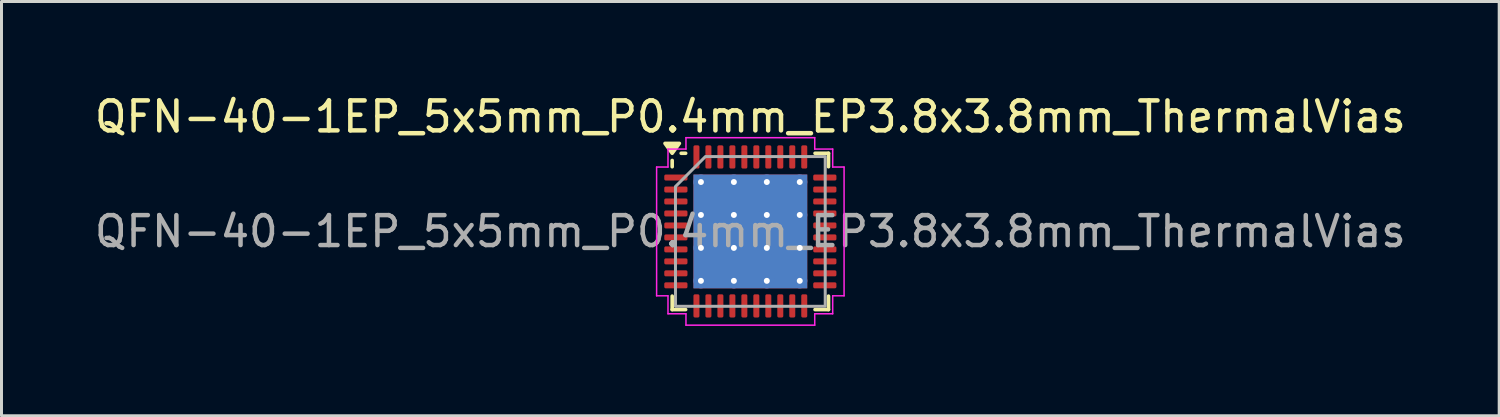
<source format=kicad_pcb>
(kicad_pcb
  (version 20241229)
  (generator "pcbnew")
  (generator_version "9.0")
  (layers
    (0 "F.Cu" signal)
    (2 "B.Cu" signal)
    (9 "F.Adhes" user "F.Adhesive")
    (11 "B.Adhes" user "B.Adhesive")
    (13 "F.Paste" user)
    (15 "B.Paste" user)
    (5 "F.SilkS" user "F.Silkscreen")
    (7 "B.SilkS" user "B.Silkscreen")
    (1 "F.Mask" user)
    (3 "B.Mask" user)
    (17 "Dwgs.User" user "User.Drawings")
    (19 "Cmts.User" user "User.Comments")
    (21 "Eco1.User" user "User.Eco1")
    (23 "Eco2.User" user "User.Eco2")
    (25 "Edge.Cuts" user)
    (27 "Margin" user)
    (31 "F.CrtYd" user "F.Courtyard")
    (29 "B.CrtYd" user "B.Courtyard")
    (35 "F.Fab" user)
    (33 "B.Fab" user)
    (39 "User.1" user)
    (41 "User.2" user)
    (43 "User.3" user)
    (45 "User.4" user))
  (footprint "QFN-40-1EP_5x5mm_P0.4mm_EP3.8x3.8mm_ThermalVias"
    (layer "F.Cu")
    (at 22.006 4.678)
    (property "Reference" "QFN-40-1EP_5x5mm_P0.4mm_EP3.8x3.8mm_ThermalVias" (at 0 -3.83 0) (layer "F.SilkS") (effects (font (size 1 1) (thickness 0.15))))
    (attr smd)
    (fp_line (start -2.61 -2.16) (end -2.61 -2.37) (stroke (width 0.12) (type solid)) (layer "F.SilkS"))
    (fp_line (start -2.61 2.61) (end -2.61 2.16) (stroke (width 0.12) (type solid)) (layer "F.SilkS"))
    (fp_line (start -2.16 -2.61) (end -2.31 -2.61) (stroke (width 0.12) (type solid)) (layer "F.SilkS"))
    (fp_line (start -2.16 2.61) (end -2.61 2.61) (stroke (width 0.12) (type solid)) (layer "F.SilkS"))
    (fp_line (start 2.16 -2.61) (end 2.61 -2.61) (stroke (width 0.12) (type solid)) (layer "F.SilkS"))
    (fp_line (start 2.16 2.61) (end 2.61 2.61) (stroke (width 0.12) (type solid)) (layer "F.SilkS"))
    (fp_line (start 2.61 -2.61) (end 2.61 -2.16) (stroke (width 0.12) (type solid)) (layer "F.SilkS"))
    (fp_line (start 2.61 2.61) (end 2.61 2.16) (stroke (width 0.12) (type solid)) (layer "F.SilkS"))
    (fp_poly (pts (xy -2.61 -2.61) (xy -2.85 -2.94) (xy -2.37 -2.94)) (stroke (width 0.12) (type solid)) (fill yes) (layer "F.SilkS"))
    (fp_line (start -3.13 -2.15) (end -2.75 -2.15) (stroke (width 0.05) (type solid)) (layer "F.CrtYd"))
    (fp_line (start -3.13 2.15) (end -3.13 -2.15) (stroke (width 0.05) (type solid)) (layer "F.CrtYd"))
    (fp_line (start -2.75 -2.75) (end -2.15 -2.75) (stroke (width 0.05) (type solid)) (layer "F.CrtYd"))
    (fp_line (start -2.75 -2.15) (end -2.75 -2.75) (stroke (width 0.05) (type solid)) (layer "F.CrtYd"))
    (fp_line (start -2.75 2.15) (end -3.13 2.15) (stroke (width 0.05) (type solid)) (layer "F.CrtYd"))
    (fp_line (start -2.75 2.75) (end -2.75 2.15) (stroke (width 0.05) (type solid)) (layer "F.CrtYd"))
    (fp_line (start -2.15 -3.13) (end 2.15 -3.13) (stroke (width 0.05) (type solid)) (layer "F.CrtYd"))
    (fp_line (start -2.15 -2.75) (end -2.15 -3.13) (stroke (width 0.05) (type solid)) (layer "F.CrtYd"))
    (fp_line (start -2.15 2.75) (end -2.75 2.75) (stroke (width 0.05) (type solid)) (layer "F.CrtYd"))
    (fp_line (start -2.15 3.13) (end -2.15 2.75) (stroke (width 0.05) (type solid)) (layer "F.CrtYd"))
    (fp_line (start 2.15 -3.13) (end 2.15 -2.75) (stroke (width 0.05) (type solid)) (layer "F.CrtYd"))
    (fp_line (start 2.15 -2.75) (end 2.75 -2.75) (stroke (width 0.05) (type solid)) (layer "F.CrtYd"))
    (fp_line (start 2.15 2.75) (end 2.15 3.13) (stroke (width 0.05) (type solid)) (layer "F.CrtYd"))
    (fp_line (start 2.15 3.13) (end -2.15 3.13) (stroke (width 0.05) (type solid)) (layer "F.CrtYd"))
    (fp_line (start 2.75 -2.75) (end 2.75 -2.15) (stroke (width 0.05) (type solid)) (layer "F.CrtYd"))
    (fp_line (start 2.75 -2.15) (end 3.13 -2.15) (stroke (width 0.05) (type solid)) (layer "F.CrtYd"))
    (fp_line (start 2.75 2.15) (end 2.75 2.75) (stroke (width 0.05) (type solid)) (layer "F.CrtYd"))
    (fp_line (start 2.75 2.75) (end 2.15 2.75) (stroke (width 0.05) (type solid)) (layer "F.CrtYd"))
    (fp_line (start 3.13 -2.15) (end 3.13 2.15) (stroke (width 0.05) (type solid)) (layer "F.CrtYd"))
    (fp_line (start 3.13 2.15) (end 2.75 2.15) (stroke (width 0.05) (type solid)) (layer "F.CrtYd"))
    (fp_poly (pts (xy -2.5 -1.5) (xy -2.5 2.5) (xy 2.5 2.5) (xy 2.5 -2.5) (xy -1.5 -2.5)) (stroke (width 0.1) (type solid)) (fill no) (layer "F.Fab"))
    (fp_text user "${REFERENCE}" (at 0 0 0) (layer "F.Fab") (effects (font (size 1 1) (thickness 0.15))))
    (pad "" smd roundrect (at -1.27 -1.27) (size 0.98 0.98) (layers "F.Paste") (roundrect_rratio 0.25))
    (pad "" smd roundrect (at -1.27 0) (size 0.98 0.98) (layers "F.Paste") (roundrect_rratio 0.25))
    (pad "" smd roundrect (at -1.27 1.27) (size 0.98 0.98) (layers "F.Paste") (roundrect_rratio 0.25))
    (pad "" smd roundrect (at 0 -1.27) (size 0.98 0.98) (layers "F.Paste") (roundrect_rratio 0.25))
    (pad "" smd roundrect (at 0 0) (size 0.98 0.98) (layers "F.Paste") (roundrect_rratio 0.25))
    (pad "" smd roundrect (at 0 1.27) (size 0.98 0.98) (layers "F.Paste") (roundrect_rratio 0.25))
    (pad "" smd roundrect (at 1.27 -1.27) (size 0.98 0.98) (layers "F.Paste") (roundrect_rratio 0.25))
    (pad "" smd roundrect (at 1.27 0) (size 0.98 0.98) (layers "F.Paste") (roundrect_rratio 0.25))
    (pad "" smd roundrect (at 1.27 1.27) (size 0.98 0.98) (layers "F.Paste") (roundrect_rratio 0.25))
    (pad "1" smd roundrect (at -2.487 -1.8) (size 0.775 0.2) (layers "F.Cu" "F.Mask" "F.Paste") (roundrect_rratio 0.25))
    (pad "2" smd roundrect (at -2.487 -1.4) (size 0.775 0.2) (layers "F.Cu" "F.Mask" "F.Paste") (roundrect_rratio 0.25))
    (pad "3" smd roundrect (at -2.487 -1) (size 0.775 0.2) (layers "F.Cu" "F.Mask" "F.Paste") (roundrect_rratio 0.25))
    (pad "4" smd roundrect (at -2.487 -0.6) (size 0.775 0.2) (layers "F.Cu" "F.Mask" "F.Paste") (roundrect_rratio 0.25))
    (pad "5" smd roundrect (at -2.487 -0.2) (size 0.775 0.2) (layers "F.Cu" "F.Mask" "F.Paste") (roundrect_rratio 0.25))
    (pad "6" smd roundrect (at -2.487 0.2) (size 0.775 0.2) (layers "F.Cu" "F.Mask" "F.Paste") (roundrect_rratio 0.25))
    (pad "7" smd roundrect (at -2.487 0.6) (size 0.775 0.2) (layers "F.Cu" "F.Mask" "F.Paste") (roundrect_rratio 0.25))
    (pad "8" smd roundrect (at -2.487 1) (size 0.775 0.2) (layers "F.Cu" "F.Mask" "F.Paste") (roundrect_rratio 0.25))
    (pad "9" smd roundrect (at -2.487 1.4) (size 0.775 0.2) (layers "F.Cu" "F.Mask" "F.Paste") (roundrect_rratio 0.25))
    (pad "10" smd roundrect (at -2.487 1.8) (size 0.775 0.2) (layers "F.Cu" "F.Mask" "F.Paste") (roundrect_rratio 0.25))
    (pad "11" smd roundrect (at -1.8 2.487) (size 0.2 0.775) (layers "F.Cu" "F.Mask" "F.Paste") (roundrect_rratio 0.25))
    (pad "12" smd roundrect (at -1.4 2.487) (size 0.2 0.775) (layers "F.Cu" "F.Mask" "F.Paste") (roundrect_rratio 0.25))
    (pad "13" smd roundrect (at -1 2.487) (size 0.2 0.775) (layers "F.Cu" "F.Mask" "F.Paste") (roundrect_rratio 0.25))
    (pad "14" smd roundrect (at -0.6 2.487) (size 0.2 0.775) (layers "F.Cu" "F.Mask" "F.Paste") (roundrect_rratio 0.25))
    (pad "15" smd roundrect (at -0.2 2.487) (size 0.2 0.775) (layers "F.Cu" "F.Mask" "F.Paste") (roundrect_rratio 0.25))
    (pad "16" smd roundrect (at 0.2 2.487) (size 0.2 0.775) (layers "F.Cu" "F.Mask" "F.Paste") (roundrect_rratio 0.25))
    (pad "17" smd roundrect (at 0.6 2.487) (size 0.2 0.775) (layers "F.Cu" "F.Mask" "F.Paste") (roundrect_rratio 0.25))
    (pad "18" smd roundrect (at 1 2.487) (size 0.2 0.775) (layers "F.Cu" "F.Mask" "F.Paste") (roundrect_rratio 0.25))
    (pad "19" smd roundrect (at 1.4 2.487) (size 0.2 0.775) (layers "F.Cu" "F.Mask" "F.Paste") (roundrect_rratio 0.25))
    (pad "20" smd roundrect (at 1.8 2.487) (size 0.2 0.775) (layers "F.Cu" "F.Mask" "F.Paste") (roundrect_rratio 0.25))
    (pad "21" smd roundrect (at 2.487 1.8) (size 0.775 0.2) (layers "F.Cu" "F.Mask" "F.Paste") (roundrect_rratio 0.25))
    (pad "22" smd roundrect (at 2.487 1.4) (size 0.775 0.2) (layers "F.Cu" "F.Mask" "F.Paste") (roundrect_rratio 0.25))
    (pad "23" smd roundrect (at 2.487 1) (size 0.775 0.2) (layers "F.Cu" "F.Mask" "F.Paste") (roundrect_rratio 0.25))
    (pad "24" smd roundrect (at 2.487 0.6) (size 0.775 0.2) (layers "F.Cu" "F.Mask" "F.Paste") (roundrect_rratio 0.25))
    (pad "25" smd roundrect (at 2.487 0.2) (size 0.775 0.2) (layers "F.Cu" "F.Mask" "F.Paste") (roundrect_rratio 0.25))
    (pad "26" smd roundrect (at 2.487 -0.2) (size 0.775 0.2) (layers "F.Cu" "F.Mask" "F.Paste") (roundrect_rratio 0.25))
    (pad "27" smd roundrect (at 2.487 -0.6) (size 0.775 0.2) (layers "F.Cu" "F.Mask" "F.Paste") (roundrect_rratio 0.25))
    (pad "28" smd roundrect (at 2.487 -1) (size 0.775 0.2) (layers "F.Cu" "F.Mask" "F.Paste") (roundrect_rratio 0.25))
    (pad "29" smd roundrect (at 2.487 -1.4) (size 0.775 0.2) (layers "F.Cu" "F.Mask" "F.Paste") (roundrect_rratio 0.25))
    (pad "30" smd roundrect (at 2.487 -1.8) (size 0.775 0.2) (layers "F.Cu" "F.Mask" "F.Paste") (roundrect_rratio 0.25))
    (pad "31" smd roundrect (at 1.8 -2.487) (size 0.2 0.775) (layers "F.Cu" "F.Mask" "F.Paste") (roundrect_rratio 0.25))
    (pad "32" smd roundrect (at 1.4 -2.487) (size 0.2 0.775) (layers "F.Cu" "F.Mask" "F.Paste") (roundrect_rratio 0.25))
    (pad "33" smd roundrect (at 1 -2.487) (size 0.2 0.775) (layers "F.Cu" "F.Mask" "F.Paste") (roundrect_rratio 0.25))
    (pad "34" smd roundrect (at 0.6 -2.487) (size 0.2 0.775) (layers "F.Cu" "F.Mask" "F.Paste") (roundrect_rratio 0.25))
    (pad "35" smd roundrect (at 0.2 -2.487) (size 0.2 0.775) (layers "F.Cu" "F.Mask" "F.Paste") (roundrect_rratio 0.25))
    (pad "36" smd roundrect (at -0.2 -2.487) (size 0.2 0.775) (layers "F.Cu" "F.Mask" "F.Paste") (roundrect_rratio 0.25))
    (pad "37" smd roundrect (at -0.6 -2.487) (size 0.2 0.775) (layers "F.Cu" "F.Mask" "F.Paste") (roundrect_rratio 0.25))
    (pad "38" smd roundrect (at -1 -2.487) (size 0.2 0.775) (layers "F.Cu" "F.Mask" "F.Paste") (roundrect_rratio 0.25))
    (pad "39" smd roundrect (at -1.4 -2.487) (size 0.2 0.775) (layers "F.Cu" "F.Mask" "F.Paste") (roundrect_rratio 0.25))
    (pad "40" smd roundrect (at -1.8 -2.487) (size 0.2 0.775) (layers "F.Cu" "F.Mask" "F.Paste") (roundrect_rratio 0.25))
    (pad "41" thru_hole circle (at -1.65 -1.65) (size 0.5 0.5) (drill 0.2) (property pad_prop_heatsink) (layers "*.Cu"))
    (pad "41" thru_hole circle (at -1.65 -0.55) (size 0.5 0.5) (drill 0.2) (property pad_prop_heatsink) (layers "*.Cu"))
    (pad "41" thru_hole circle (at -1.65 0.55) (size 0.5 0.5) (drill 0.2) (property pad_prop_heatsink) (layers "*.Cu"))
    (pad "41" thru_hole circle (at -1.65 1.65) (size 0.5 0.5) (drill 0.2) (property pad_prop_heatsink) (layers "*.Cu"))
    (pad "41" thru_hole circle (at -0.55 -1.65) (size 0.5 0.5) (drill 0.2) (property pad_prop_heatsink) (layers "*.Cu"))
    (pad "41" thru_hole circle (at -0.55 -0.55) (size 0.5 0.5) (drill 0.2) (property pad_prop_heatsink) (layers "*.Cu"))
    (pad "41" thru_hole circle (at -0.55 0.55) (size 0.5 0.5) (drill 0.2) (property pad_prop_heatsink) (layers "*.Cu"))
    (pad "41" thru_hole circle (at -0.55 1.65) (size 0.5 0.5) (drill 0.2) (property pad_prop_heatsink) (layers "*.Cu"))
    (pad "41" smd rect (at 0 0) (size 3.8 3.8) (property pad_prop_heatsink) (layers "F.Cu" "F.Mask"))
    (pad "41" smd rect (at 0 0) (size 3.8 3.8) (property pad_prop_heatsink) (layers "B.Cu"))
    (pad "41" thru_hole circle (at 0.55 -1.65) (size 0.5 0.5) (drill 0.2) (property pad_prop_heatsink) (layers "*.Cu"))
    (pad "41" thru_hole circle (at 0.55 -0.55) (size 0.5 0.5) (drill 0.2) (property pad_prop_heatsink) (layers "*.Cu"))
    (pad "41" thru_hole circle (at 0.55 0.55) (size 0.5 0.5) (drill 0.2) (property pad_prop_heatsink) (layers "*.Cu"))
    (pad "41" thru_hole circle (at 0.55 1.65) (size 0.5 0.5) (drill 0.2) (property pad_prop_heatsink) (layers "*.Cu"))
    (pad "41" thru_hole circle (at 1.65 -1.65) (size 0.5 0.5) (drill 0.2) (property pad_prop_heatsink) (layers "*.Cu"))
    (pad "41" thru_hole circle (at 1.65 -0.55) (size 0.5 0.5) (drill 0.2) (property pad_prop_heatsink) (layers "*.Cu"))
    (pad "41" thru_hole circle (at 1.65 0.55) (size 0.5 0.5) (drill 0.2) (property pad_prop_heatsink) (layers "*.Cu"))
    (pad "41" thru_hole circle (at 1.65 1.65) (size 0.5 0.5) (drill 0.2) (property pad_prop_heatsink) (layers "*.Cu")))
  (gr_rect
    (start -3 -3)
    (end 47.012 10.833)
    (stroke (width 0.1) (type default))
    (fill no)
    (layer "Edge.Cuts")))
</source>
